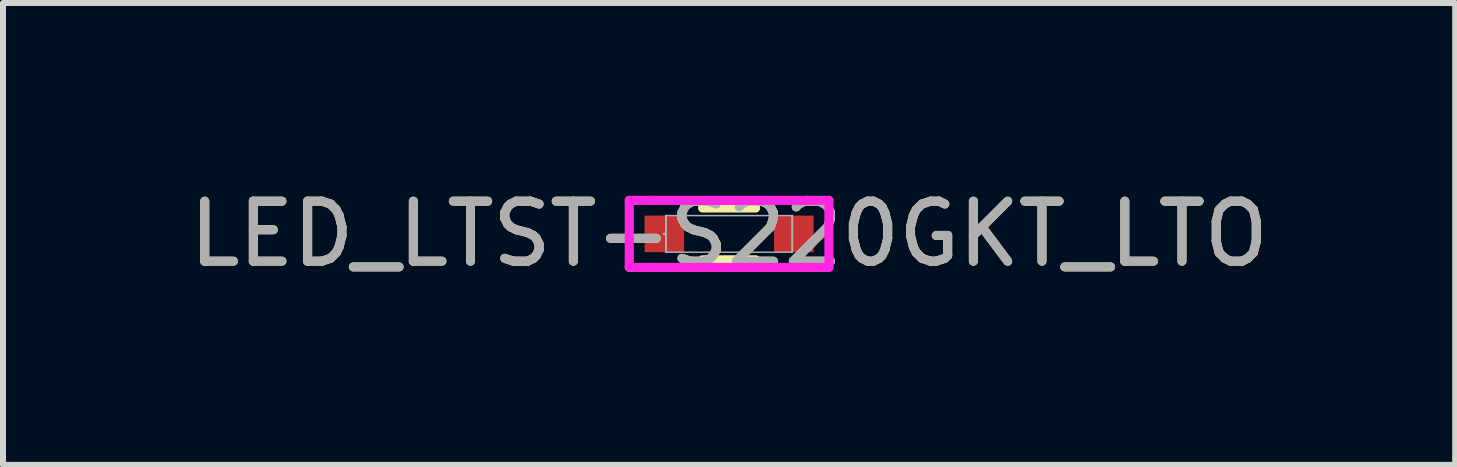
<source format=kicad_pcb>
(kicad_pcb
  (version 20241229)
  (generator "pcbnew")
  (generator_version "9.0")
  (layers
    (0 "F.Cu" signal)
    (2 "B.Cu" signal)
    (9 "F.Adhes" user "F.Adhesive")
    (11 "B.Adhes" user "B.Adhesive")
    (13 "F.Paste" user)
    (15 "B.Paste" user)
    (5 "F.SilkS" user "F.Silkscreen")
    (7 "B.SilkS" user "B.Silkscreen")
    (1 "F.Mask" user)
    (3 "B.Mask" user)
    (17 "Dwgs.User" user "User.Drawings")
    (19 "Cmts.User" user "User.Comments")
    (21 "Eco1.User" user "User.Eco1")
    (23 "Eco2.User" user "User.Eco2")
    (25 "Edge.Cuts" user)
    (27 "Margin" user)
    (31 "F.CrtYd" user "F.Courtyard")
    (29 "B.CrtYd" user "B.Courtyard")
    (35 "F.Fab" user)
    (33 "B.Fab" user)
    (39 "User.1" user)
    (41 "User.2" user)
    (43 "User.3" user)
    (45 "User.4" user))
  (footprint "LED_LTST-S220GKT_LTO"
    (layer "F.Cu")
    (at 9.101 0.848)
    (property "Reference" "LED_LTST-S220GKT_LTO" (at 0 0 0) (unlocked yes) (layer "F.SilkS") (effects (font (size 1 1) (thickness 0.15))))
    (attr smd)
    (fp_line (start -0.442 0.432) (end 0.442 0.432) (stroke (width 0.152) (type solid)) (layer "F.SilkS"))
    (fp_line (start 0.442 -0.432) (end -0.442 -0.432) (stroke (width 0.152) (type solid)) (layer "F.SilkS"))
    (fp_line (start -1.664 -0.559) (end -1.308 -0.559) (stroke (width 0.152) (type solid)) (layer "F.CrtYd"))
    (fp_line (start -1.664 0.559) (end -1.664 -0.559) (stroke (width 0.152) (type solid)) (layer "F.CrtYd"))
    (fp_line (start -1.308 -0.559) (end -1.308 -0.559) (stroke (width 0.152) (type solid)) (layer "F.CrtYd"))
    (fp_line (start -1.308 -0.559) (end 1.308 -0.559) (stroke (width 0.152) (type solid)) (layer "F.CrtYd"))
    (fp_line (start -1.308 0.559) (end -1.664 0.559) (stroke (width 0.152) (type solid)) (layer "F.CrtYd"))
    (fp_line (start -1.308 0.559) (end -1.308 0.559) (stroke (width 0.152) (type solid)) (layer "F.CrtYd"))
    (fp_line (start 1.308 -0.559) (end 1.308 -0.559) (stroke (width 0.152) (type solid)) (layer "F.CrtYd"))
    (fp_line (start 1.308 -0.559) (end 1.664 -0.559) (stroke (width 0.152) (type solid)) (layer "F.CrtYd"))
    (fp_line (start 1.308 0.559) (end -1.308 0.559) (stroke (width 0.152) (type solid)) (layer "F.CrtYd"))
    (fp_line (start 1.308 0.559) (end 1.308 0.559) (stroke (width 0.152) (type solid)) (layer "F.CrtYd"))
    (fp_line (start 1.664 -0.559) (end 1.664 0.559) (stroke (width 0.152) (type solid)) (layer "F.CrtYd"))
    (fp_line (start 1.664 0.559) (end 1.308 0.559) (stroke (width 0.152) (type solid)) (layer "F.CrtYd"))
    (fp_line (start -1.054 -0.305) (end -1.054 -0.305) (stroke (width 0.025) (type solid)) (layer "F.Fab"))
    (fp_line (start -1.054 -0.305) (end -1.054 0.305) (stroke (width 0.025) (type solid)) (layer "F.Fab"))
    (fp_line (start -1.054 -0.305) (end -1.054 0.305) (stroke (width 0.025) (type solid)) (layer "F.Fab"))
    (fp_line (start -1.054 0.305) (end -1.054 -0.305) (stroke (width 0.025) (type solid)) (layer "F.Fab"))
    (fp_line (start -1.054 0.305) (end -1.054 0.305) (stroke (width 0.025) (type solid)) (layer "F.Fab"))
    (fp_line (start -1.054 0.305) (end 1.054 0.305) (stroke (width 0.025) (type solid)) (layer "F.Fab"))
    (fp_line (start 1.054 -0.305) (end -1.054 -0.305) (stroke (width 0.025) (type solid)) (layer "F.Fab"))
    (fp_line (start 1.054 -0.305) (end 1.054 -0.305) (stroke (width 0.025) (type solid)) (layer "F.Fab"))
    (fp_line (start 1.054 -0.305) (end 1.054 0.305) (stroke (width 0.025) (type solid)) (layer "F.Fab"))
    (fp_line (start 1.054 0.305) (end 1.054 -0.305) (stroke (width 0.025) (type solid)) (layer "F.Fab"))
    (fp_line (start 1.054 0.305) (end 1.054 -0.305) (stroke (width 0.025) (type solid)) (layer "F.Fab"))
    (fp_line (start 1.054 0.305) (end 1.054 0.305) (stroke (width 0.025) (type solid)) (layer "F.Fab"))
    (fp_circle (center -1.079 0) (end -1.079 0) (stroke (width 0.025) (type solid)) (fill no) (layer "F.Fab"))
    (fp_text user "${REFERENCE}" (at 0 0 0) (unlocked yes) (layer "F.Fab") (effects (font (size 1 1) (thickness 0.15))))
    (pad "1" smd rect (at -1.079 0) (size 0.66 0.61) (layers "F.Cu" "F.Mask" "F.Paste"))
    (pad "2" smd rect (at 1.079 0) (size 0.66 0.61) (layers "F.Cu" "F.Mask" "F.Paste"))
    (zone (net_name "") (layer "F.Cu") (hatch full 0.508) (connect_pads) (min_thickness 0.254) (filled_areas_thickness no) (keepout (tracks not_allowed) (vias not_allowed) (pads allowed) (copperpour not_allowed) (footprints allowed)) (placement (enabled no)) (fill) (polygon (pts (xy 8.403 0.594) (xy 9.8 0.594) (xy 9.8 1.102) (xy 8.403 1.102)))))
  (gr_rect
    (start -3 -3)
    (end 21.202 4.697)
    (stroke (width 0.1) (type default))
    (fill no)
    (layer "Edge.Cuts")))
</source>
